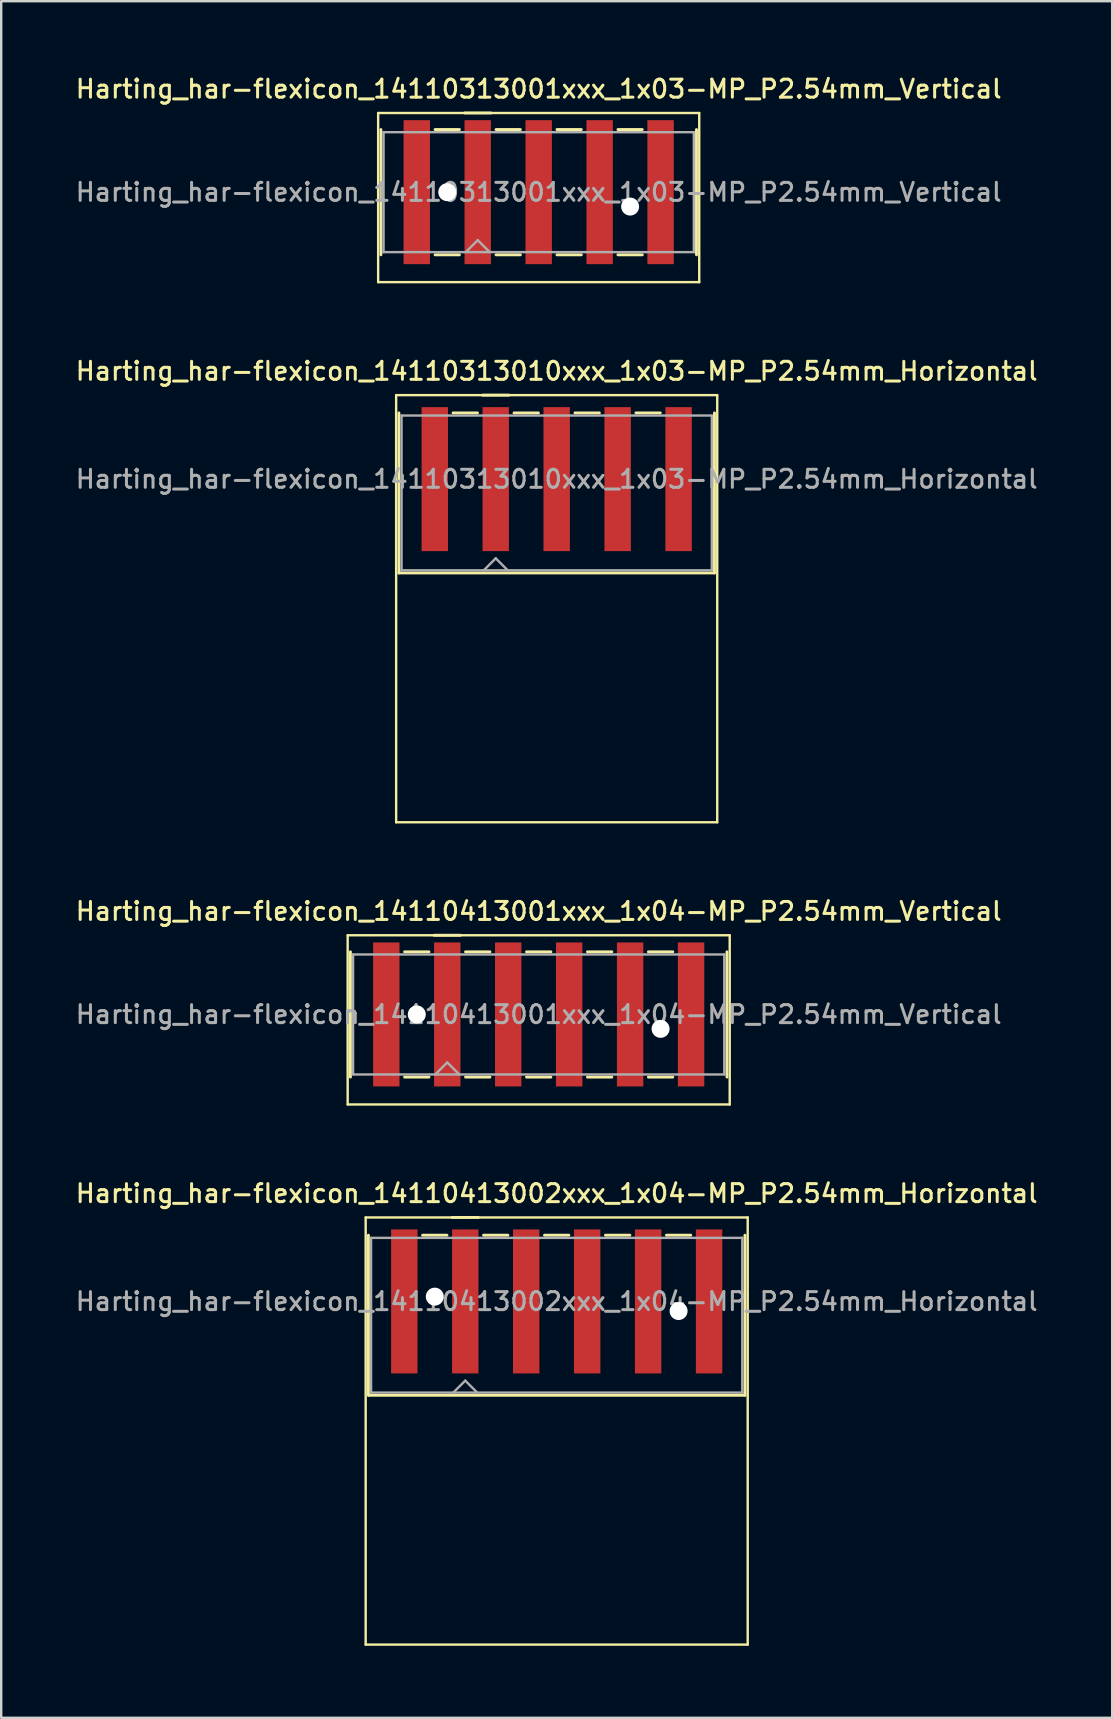
<source format=kicad_pcb>
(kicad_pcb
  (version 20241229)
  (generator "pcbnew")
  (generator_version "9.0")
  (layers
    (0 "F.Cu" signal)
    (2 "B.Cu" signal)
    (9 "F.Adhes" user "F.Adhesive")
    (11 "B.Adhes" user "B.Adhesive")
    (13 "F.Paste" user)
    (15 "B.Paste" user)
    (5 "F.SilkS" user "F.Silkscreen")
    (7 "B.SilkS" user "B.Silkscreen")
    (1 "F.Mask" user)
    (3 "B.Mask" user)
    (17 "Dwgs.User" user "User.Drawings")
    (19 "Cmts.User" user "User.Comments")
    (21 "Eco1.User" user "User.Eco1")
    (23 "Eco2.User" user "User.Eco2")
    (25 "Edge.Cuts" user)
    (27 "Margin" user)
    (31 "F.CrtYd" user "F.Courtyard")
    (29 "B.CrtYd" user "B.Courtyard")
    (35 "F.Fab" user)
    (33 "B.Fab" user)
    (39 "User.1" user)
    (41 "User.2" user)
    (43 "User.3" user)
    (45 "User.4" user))
  (footprint "Harting_har-flexicon_14110413002xxx_1x04-MP_P2.54mm_Horizontal"
    (layer "F.Cu")
    (at 20.148 52.483)
    (property "Reference" "Harting_har-flexicon_14110413002xxx_1x04-MP_P2.54mm_Horizontal" (at 0 -5.8 0) (layer "F.SilkS") (effects (font (size 0.75 0.75) (thickness 0.125))))
    (attr smd)
    (fp_line (start -7.96 -4.8) (end -7.96 13) (stroke (width 0.1) (type solid)) (layer "F.SilkS"))
    (fp_line (start -7.96 13) (end 7.96 13) (stroke (width 0.1) (type solid)) (layer "F.SilkS"))
    (fp_line (start -7.845 -4.06) (end -7.845 2.61) (stroke (width 0.12) (type solid)) (layer "F.SilkS"))
    (fp_line (start -5.588 -4.06) (end -4.572 -4.06) (stroke (width 0.12) (type solid)) (layer "F.SilkS"))
    (fp_line (start -4.36 -4.8) (end -3.26 -4.8) (stroke (width 0.12) (type solid)) (layer "F.SilkS"))
    (fp_line (start -3.048 -4.06) (end -2.032 -4.06) (stroke (width 0.12) (type solid)) (layer "F.SilkS"))
    (fp_line (start -0.508 -4.06) (end 0.508 -4.06) (stroke (width 0.12) (type solid)) (layer "F.SilkS"))
    (fp_line (start 2.032 -4.06) (end 3.048 -4.06) (stroke (width 0.12) (type solid)) (layer "F.SilkS"))
    (fp_line (start 4.572 -4.06) (end 5.588 -4.06) (stroke (width 0.12) (type solid)) (layer "F.SilkS"))
    (fp_line (start 7.845 -4.06) (end 7.845 2.61) (stroke (width 0.12) (type solid)) (layer "F.SilkS"))
    (fp_line (start 7.845 2.61) (end -7.845 2.61) (stroke (width 0.12) (type solid)) (layer "F.SilkS"))
    (fp_line (start 7.96 -4.8) (end -7.96 -4.8) (stroke (width 0.1) (type solid)) (layer "F.SilkS"))
    (fp_line (start 7.96 13) (end 7.96 -4.8) (stroke (width 0.1) (type solid)) (layer "F.SilkS"))
    (fp_line (start -7.735 -3.95) (end -7.735 2.5) (stroke (width 0.1) (type solid)) (layer "F.Fab"))
    (fp_line (start -7.735 2.5) (end 7.735 2.5) (stroke (width 0.1) (type solid)) (layer "F.Fab"))
    (fp_line (start -4.31 2.5) (end -3.81 2) (stroke (width 0.1) (type solid)) (layer "F.Fab"))
    (fp_line (start -3.81 2) (end -3.31 2.5) (stroke (width 0.1) (type solid)) (layer "F.Fab"))
    (fp_line (start 7.735 -3.95) (end -7.735 -3.95) (stroke (width 0.1) (type solid)) (layer "F.Fab"))
    (fp_line (start 7.735 2.5) (end 7.735 -3.95) (stroke (width 0.1) (type solid)) (layer "F.Fab"))
    (fp_text user "${REFERENCE}" (at 0 -1.3 0) (layer "F.Fab") (effects (font (size 0.75 0.75) (thickness 0.125))))
    (pad "" np_thru_hole circle (at -5.08 -1.5) (size 0.75 0.75) (drill 1) (layers "*.Cu" "*.Mask"))
    (pad "" np_thru_hole circle (at 5.08 -0.9) (size 0.75 0.75) (drill 1) (layers "*.Cu" "*.Mask"))
    (pad "1" smd rect (at -3.81 -1.3) (size 1.1 6) (layers "F.Cu" "F.Mask" "F.Paste"))
    (pad "2" smd rect (at -1.27 -1.3) (size 1.1 6) (layers "F.Cu" "F.Mask" "F.Paste"))
    (pad "3" smd rect (at 1.27 -1.3) (size 1.1 6) (layers "F.Cu" "F.Mask" "F.Paste"))
    (pad "4" smd rect (at 3.81 -1.3) (size 1.1 6) (layers "F.Cu" "F.Mask" "F.Paste"))
    (pad "MP" smd rect (at -6.35 -1.3) (size 1.1 6) (layers "F.Cu" "F.Mask" "F.Paste"))
    (pad "MP" smd rect (at 6.35 -1.3) (size 1.1 6) (layers "F.Cu" "F.Mask" "F.Paste")))
  (footprint "Harting_har-flexicon_14110313010xxx_1x03-MP_P2.54mm_Horizontal"
    (layer "F.Cu")
    (at 20.148 18.216)
    (property "Reference" "Harting_har-flexicon_14110313010xxx_1x03-MP_P2.54mm_Horizontal" (at 0 -5.8 0) (layer "F.SilkS") (effects (font (size 0.75 0.75) (thickness 0.125))))
    (attr smd)
    (fp_line (start -6.69 -4.8) (end -6.69 13) (stroke (width 0.1) (type solid)) (layer "F.SilkS"))
    (fp_line (start -6.69 13) (end 6.69 13) (stroke (width 0.1) (type solid)) (layer "F.SilkS"))
    (fp_line (start -6.575 -4.06) (end -6.575 2.61) (stroke (width 0.12) (type solid)) (layer "F.SilkS"))
    (fp_line (start -4.318 -4.06) (end -3.302 -4.06) (stroke (width 0.12) (type solid)) (layer "F.SilkS"))
    (fp_line (start -3.09 -4.8) (end -1.99 -4.8) (stroke (width 0.12) (type solid)) (layer "F.SilkS"))
    (fp_line (start -1.778 -4.06) (end -0.762 -4.06) (stroke (width 0.12) (type solid)) (layer "F.SilkS"))
    (fp_line (start 0.762 -4.06) (end 1.778 -4.06) (stroke (width 0.12) (type solid)) (layer "F.SilkS"))
    (fp_line (start 3.302 -4.06) (end 4.318 -4.06) (stroke (width 0.12) (type solid)) (layer "F.SilkS"))
    (fp_line (start 6.575 -4.06) (end 6.575 2.61) (stroke (width 0.12) (type solid)) (layer "F.SilkS"))
    (fp_line (start 6.575 2.61) (end -6.575 2.61) (stroke (width 0.12) (type solid)) (layer "F.SilkS"))
    (fp_line (start 6.69 -4.8) (end -6.69 -4.8) (stroke (width 0.1) (type solid)) (layer "F.SilkS"))
    (fp_line (start 6.69 13) (end 6.69 -4.8) (stroke (width 0.1) (type solid)) (layer "F.SilkS"))
    (fp_line (start -6.465 -3.95) (end -6.465 2.5) (stroke (width 0.1) (type solid)) (layer "F.Fab"))
    (fp_line (start -6.465 2.5) (end 6.465 2.5) (stroke (width 0.1) (type solid)) (layer "F.Fab"))
    (fp_line (start -3.04 2.5) (end -2.54 2) (stroke (width 0.1) (type solid)) (layer "F.Fab"))
    (fp_line (start -2.54 2) (end -2.04 2.5) (stroke (width 0.1) (type solid)) (layer "F.Fab"))
    (fp_line (start 6.465 -3.95) (end -6.465 -3.95) (stroke (width 0.1) (type solid)) (layer "F.Fab"))
    (fp_line (start 6.465 2.5) (end 6.465 -3.95) (stroke (width 0.1) (type solid)) (layer "F.Fab"))
    (fp_text user "${REFERENCE}" (at 0 -1.3 0) (layer "F.Fab") (effects (font (size 0.75 0.75) (thickness 0.125))))
    (pad "1" smd rect (at -2.54 -1.3) (size 1.1 6) (layers "F.Cu" "F.Mask" "F.Paste"))
    (pad "2" smd rect (at 0 -1.3) (size 1.1 6) (layers "F.Cu" "F.Mask" "F.Paste"))
    (pad "3" smd rect (at 2.54 -1.3) (size 1.1 6) (layers "F.Cu" "F.Mask" "F.Paste"))
    (pad "MP" smd rect (at -5.08 -1.3) (size 1.1 6) (layers "F.Cu" "F.Mask" "F.Paste"))
    (pad "MP" smd rect (at 5.08 -1.3) (size 1.1 6) (layers "F.Cu" "F.Mask" "F.Paste")))
  (footprint "Harting_har-flexicon_14110413001xxx_1x04-MP_P2.54mm_Vertical"
    (layer "F.Cu")
    (at 19.398 39.224)
    (property "Reference" "Harting_har-flexicon_14110413001xxx_1x04-MP_P2.54mm_Vertical" (at 0 -4.3 0) (layer "F.SilkS") (effects (font (size 0.75 0.75) (thickness 0.125))))
    (attr smd)
    (fp_line (start -7.96 -3.3) (end -7.96 3.75) (stroke (width 0.1) (type solid)) (layer "F.SilkS"))
    (fp_line (start -7.96 3.75) (end 7.96 3.75) (stroke (width 0.1) (type solid)) (layer "F.SilkS"))
    (fp_line (start -7.845 -2.61) (end -7.845 2.61) (stroke (width 0.12) (type solid)) (layer "F.SilkS"))
    (fp_line (start -5.588 -2.61) (end -4.572 -2.61) (stroke (width 0.12) (type solid)) (layer "F.SilkS"))
    (fp_line (start -5.588 2.61) (end -4.572 2.61) (stroke (width 0.12) (type solid)) (layer "F.SilkS"))
    (fp_line (start -4.36 -3.3) (end -3.26 -3.3) (stroke (width 0.12) (type solid)) (layer "F.SilkS"))
    (fp_line (start -3.048 -2.61) (end -2.032 -2.61) (stroke (width 0.12) (type solid)) (layer "F.SilkS"))
    (fp_line (start -3.048 2.61) (end -2.032 2.61) (stroke (width 0.12) (type solid)) (layer "F.SilkS"))
    (fp_line (start -0.508 -2.61) (end 0.508 -2.61) (stroke (width 0.12) (type solid)) (layer "F.SilkS"))
    (fp_line (start -0.508 2.61) (end 0.508 2.61) (stroke (width 0.12) (type solid)) (layer "F.SilkS"))
    (fp_line (start 2.032 -2.61) (end 3.048 -2.61) (stroke (width 0.12) (type solid)) (layer "F.SilkS"))
    (fp_line (start 2.032 2.61) (end 3.048 2.61) (stroke (width 0.12) (type solid)) (layer "F.SilkS"))
    (fp_line (start 4.572 -2.61) (end 5.588 -2.61) (stroke (width 0.12) (type solid)) (layer "F.SilkS"))
    (fp_line (start 4.572 2.61) (end 5.588 2.61) (stroke (width 0.12) (type solid)) (layer "F.SilkS"))
    (fp_line (start 7.845 -2.61) (end 7.845 2.61) (stroke (width 0.12) (type solid)) (layer "F.SilkS"))
    (fp_line (start 7.96 -3.3) (end -7.96 -3.3) (stroke (width 0.1) (type solid)) (layer "F.SilkS"))
    (fp_line (start 7.96 3.75) (end 7.96 -3.3) (stroke (width 0.1) (type solid)) (layer "F.SilkS"))
    (fp_line (start -7.735 -2.5) (end -7.735 2.5) (stroke (width 0.1) (type solid)) (layer "F.Fab"))
    (fp_line (start -7.735 2.5) (end 7.735 2.5) (stroke (width 0.1) (type solid)) (layer "F.Fab"))
    (fp_line (start -4.31 2.5) (end -3.81 2) (stroke (width 0.1) (type solid)) (layer "F.Fab"))
    (fp_line (start -3.81 2) (end -3.31 2.5) (stroke (width 0.1) (type solid)) (layer "F.Fab"))
    (fp_line (start 7.735 -2.5) (end -7.735 -2.5) (stroke (width 0.1) (type solid)) (layer "F.Fab"))
    (fp_line (start 7.735 2.5) (end 7.735 -2.5) (stroke (width 0.1) (type solid)) (layer "F.Fab"))
    (fp_text user "${REFERENCE}" (at 0 0 0) (layer "F.Fab") (effects (font (size 0.75 0.75) (thickness 0.125))))
    (pad "" np_thru_hole circle (at -5.08 0) (size 0.75 0.75) (drill 1) (layers "*.Cu" "*.Mask"))
    (pad "" np_thru_hole circle (at 5.08 0.6) (size 0.75 0.75) (drill 1) (layers "*.Cu" "*.Mask"))
    (pad "1" smd rect (at -3.81 0) (size 1.1 6) (layers "F.Cu" "F.Mask" "F.Paste"))
    (pad "2" smd rect (at -1.27 0) (size 1.1 6) (layers "F.Cu" "F.Mask" "F.Paste"))
    (pad "3" smd rect (at 1.27 0) (size 1.1 6) (layers "F.Cu" "F.Mask" "F.Paste"))
    (pad "4" smd rect (at 3.81 0) (size 1.1 6) (layers "F.Cu" "F.Mask" "F.Paste"))
    (pad "MP" smd rect (at -6.35 0) (size 1.1 6) (layers "F.Cu" "F.Mask" "F.Paste"))
    (pad "MP" smd rect (at 6.35 0) (size 1.1 6) (layers "F.Cu" "F.Mask" "F.Paste")))
  (footprint "Harting_har-flexicon_14110313001xxx_1x03-MP_P2.54mm_Vertical"
    (layer "F.Cu")
    (at 19.398 4.958)
    (property "Reference" "Harting_har-flexicon_14110313001xxx_1x03-MP_P2.54mm_Vertical" (at 0 -4.3 0) (layer "F.SilkS") (effects (font (size 0.75 0.75) (thickness 0.125))))
    (attr smd)
    (fp_line (start -6.69 -3.3) (end -6.69 3.75) (stroke (width 0.1) (type solid)) (layer "F.SilkS"))
    (fp_line (start -6.69 3.75) (end 6.69 3.75) (stroke (width 0.1) (type solid)) (layer "F.SilkS"))
    (fp_line (start -6.575 -2.61) (end -6.575 2.61) (stroke (width 0.12) (type solid)) (layer "F.SilkS"))
    (fp_line (start -4.318 -2.61) (end -3.302 -2.61) (stroke (width 0.12) (type solid)) (layer "F.SilkS"))
    (fp_line (start -4.318 2.61) (end -3.302 2.61) (stroke (width 0.12) (type solid)) (layer "F.SilkS"))
    (fp_line (start -3.09 -3.3) (end -1.99 -3.3) (stroke (width 0.12) (type solid)) (layer "F.SilkS"))
    (fp_line (start -1.778 -2.61) (end -0.762 -2.61) (stroke (width 0.12) (type solid)) (layer "F.SilkS"))
    (fp_line (start -1.778 2.61) (end -0.762 2.61) (stroke (width 0.12) (type solid)) (layer "F.SilkS"))
    (fp_line (start 0.762 -2.61) (end 1.778 -2.61) (stroke (width 0.12) (type solid)) (layer "F.SilkS"))
    (fp_line (start 0.762 2.61) (end 1.778 2.61) (stroke (width 0.12) (type solid)) (layer "F.SilkS"))
    (fp_line (start 3.302 -2.61) (end 4.318 -2.61) (stroke (width 0.12) (type solid)) (layer "F.SilkS"))
    (fp_line (start 3.302 2.61) (end 4.318 2.61) (stroke (width 0.12) (type solid)) (layer "F.SilkS"))
    (fp_line (start 6.575 -2.61) (end 6.575 2.61) (stroke (width 0.12) (type solid)) (layer "F.SilkS"))
    (fp_line (start 6.69 -3.3) (end -6.69 -3.3) (stroke (width 0.1) (type solid)) (layer "F.SilkS"))
    (fp_line (start 6.69 3.75) (end 6.69 -3.3) (stroke (width 0.1) (type solid)) (layer "F.SilkS"))
    (fp_line (start -6.465 -2.5) (end -6.465 2.5) (stroke (width 0.1) (type solid)) (layer "F.Fab"))
    (fp_line (start -6.465 2.5) (end 6.465 2.5) (stroke (width 0.1) (type solid)) (layer "F.Fab"))
    (fp_line (start -3.04 2.5) (end -2.54 2) (stroke (width 0.1) (type solid)) (layer "F.Fab"))
    (fp_line (start -2.54 2) (end -2.04 2.5) (stroke (width 0.1) (type solid)) (layer "F.Fab"))
    (fp_line (start 6.465 -2.5) (end -6.465 -2.5) (stroke (width 0.1) (type solid)) (layer "F.Fab"))
    (fp_line (start 6.465 2.5) (end 6.465 -2.5) (stroke (width 0.1) (type solid)) (layer "F.Fab"))
    (fp_text user "${REFERENCE}" (at 0 0 0) (layer "F.Fab") (effects (font (size 0.75 0.75) (thickness 0.125))))
    (pad "" np_thru_hole circle (at -3.81 0) (size 0.75 0.75) (drill 1) (layers "*.Cu" "*.Mask"))
    (pad "" np_thru_hole circle (at 3.81 0.6) (size 0.75 0.75) (drill 1) (layers "*.Cu" "*.Mask"))
    (pad "1" smd rect (at -2.54 0) (size 1.1 6) (layers "F.Cu" "F.Mask" "F.Paste"))
    (pad "2" smd rect (at 0 0) (size 1.1 6) (layers "F.Cu" "F.Mask" "F.Paste"))
    (pad "3" smd rect (at 2.54 0) (size 1.1 6) (layers "F.Cu" "F.Mask" "F.Paste"))
    (pad "MP" smd rect (at -5.08 0) (size 1.1 6) (layers "F.Cu" "F.Mask" "F.Paste"))
    (pad "MP" smd rect (at 5.08 0) (size 1.1 6) (layers "F.Cu" "F.Mask" "F.Paste")))
  (gr_rect
    (start -3 -3)
    (end 43.296 68.532)
    (stroke (width 0.1) (type default))
    (fill no)
    (layer "Edge.Cuts")))
</source>
